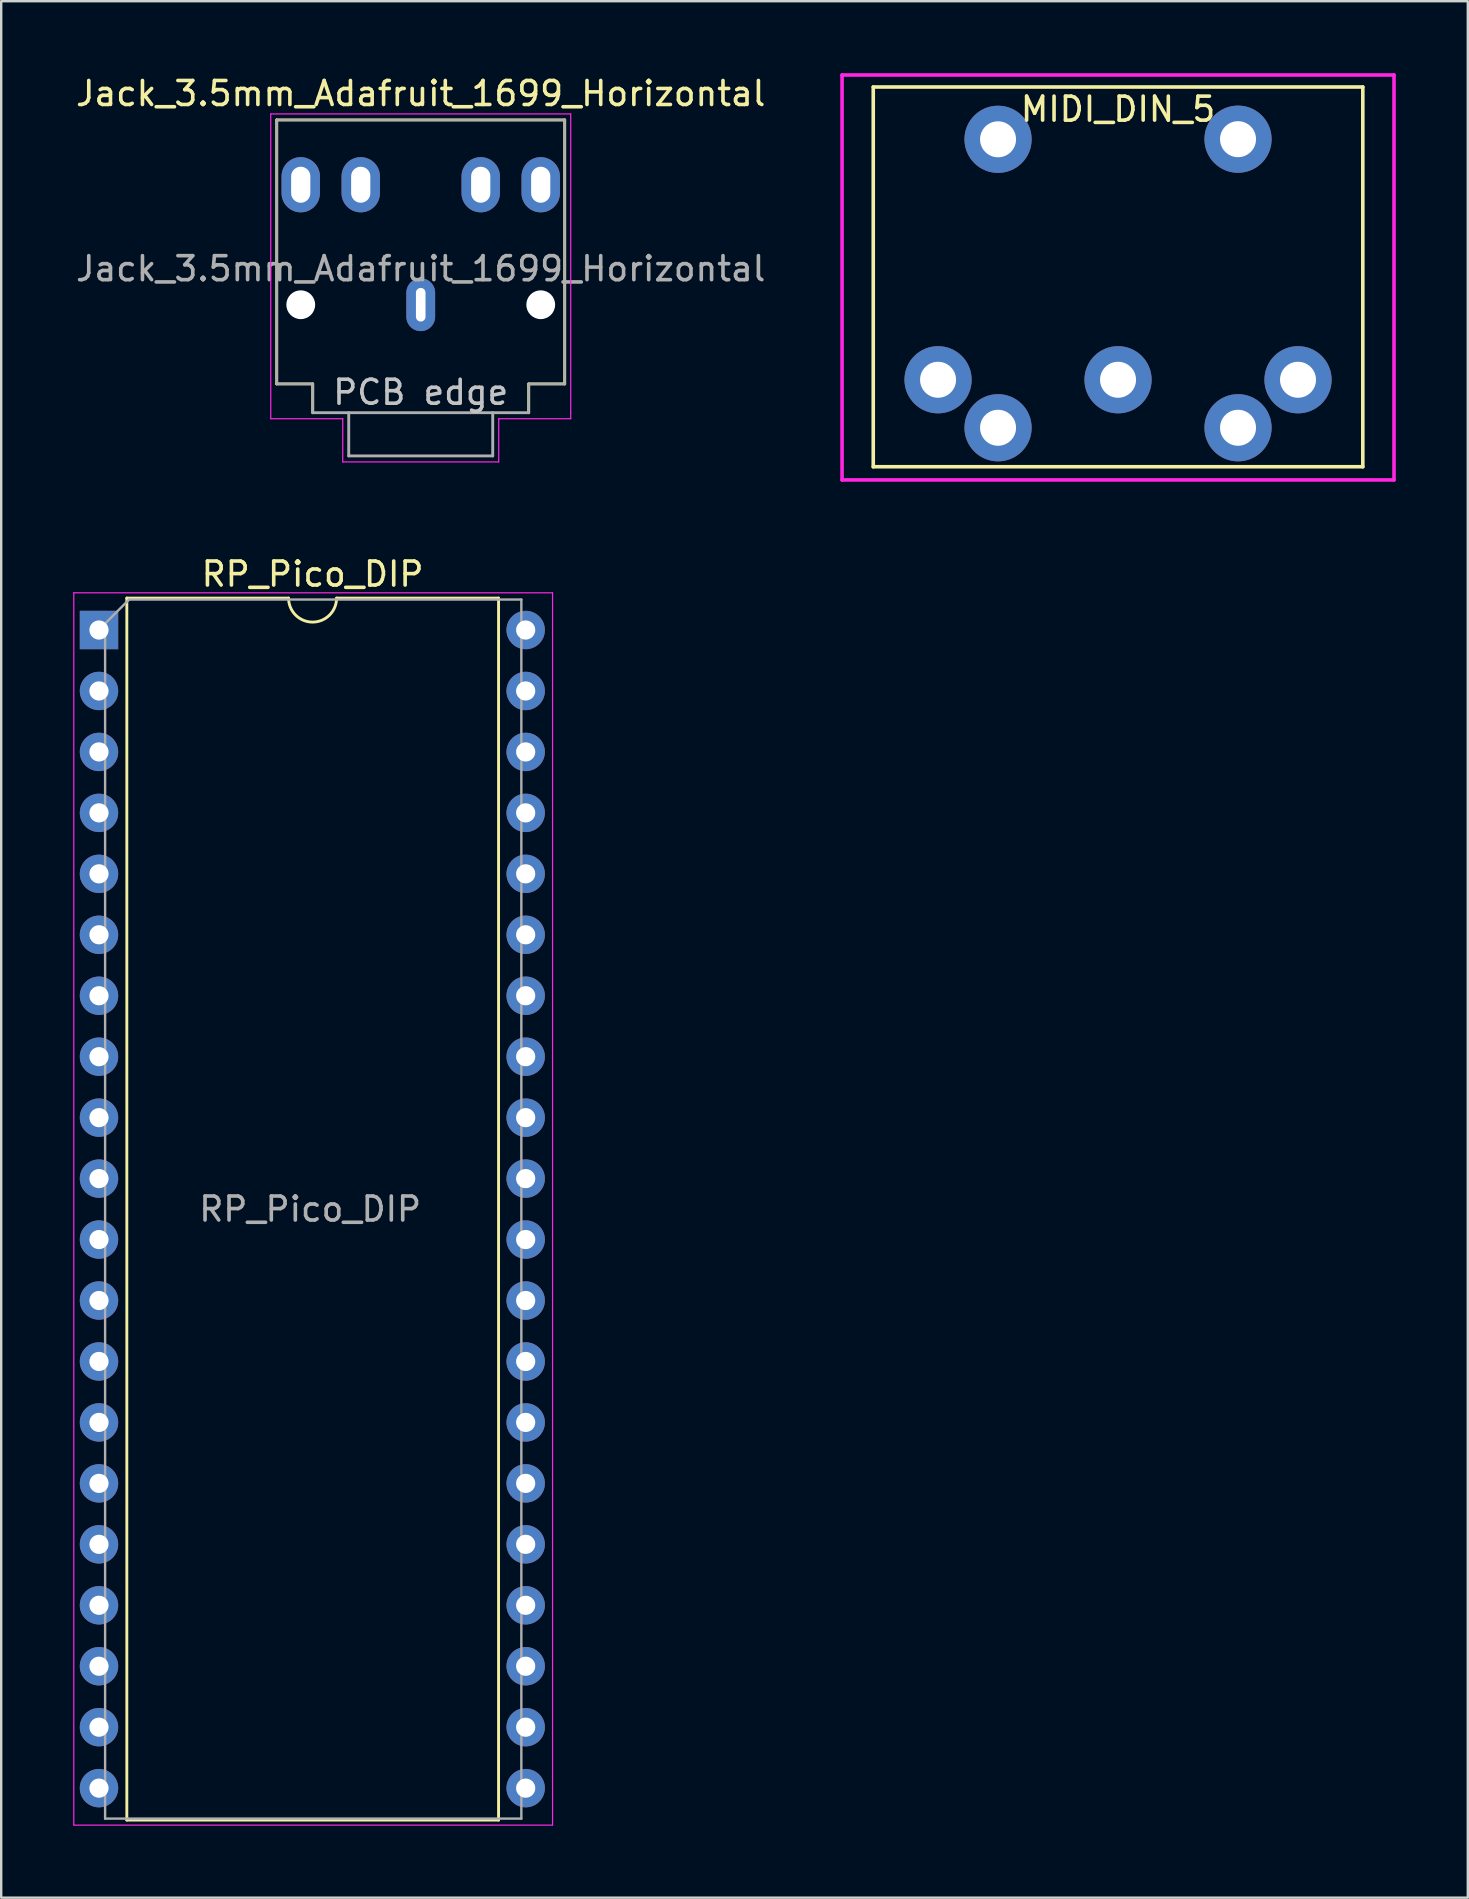
<source format=kicad_pcb>
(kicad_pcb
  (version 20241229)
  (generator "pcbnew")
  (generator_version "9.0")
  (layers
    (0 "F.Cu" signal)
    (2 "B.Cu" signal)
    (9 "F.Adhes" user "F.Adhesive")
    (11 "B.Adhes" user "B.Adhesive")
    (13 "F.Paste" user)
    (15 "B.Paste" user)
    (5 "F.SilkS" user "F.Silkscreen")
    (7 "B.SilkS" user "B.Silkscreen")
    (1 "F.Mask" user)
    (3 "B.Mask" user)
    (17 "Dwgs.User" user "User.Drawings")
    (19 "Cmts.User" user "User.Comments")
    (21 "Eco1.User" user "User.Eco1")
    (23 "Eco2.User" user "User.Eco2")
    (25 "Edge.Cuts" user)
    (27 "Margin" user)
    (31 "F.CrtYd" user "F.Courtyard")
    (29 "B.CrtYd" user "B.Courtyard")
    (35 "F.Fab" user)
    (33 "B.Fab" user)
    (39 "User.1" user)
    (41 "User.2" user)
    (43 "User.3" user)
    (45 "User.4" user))
  (footprint "MIDI_DIN_5"
    (layer "F.Cu")
    (at 43.539 0.575)
    (property "Reference" "MIDI_DIN_5" (at 0 0.925 0) (layer "F.SilkS") (effects (font (size 1 1) (thickness 0.15))))
    (attr through_hole)
    (fp_line (start -10.2 0) (end 10.2 0) (stroke (width 0.15) (type solid)) (layer "F.SilkS"))
    (fp_line (start -10.2 15.825) (end -10.2 0) (stroke (width 0.15) (type solid)) (layer "F.SilkS"))
    (fp_line (start 10.2 0) (end 10.2 15.825) (stroke (width 0.15) (type solid)) (layer "F.SilkS"))
    (fp_line (start 10.2 15.825) (end -10.2 15.825) (stroke (width 0.15) (type solid)) (layer "F.SilkS"))
    (fp_line (start -11.5 -0.5) (end -11.5 16.375) (stroke (width 0.15) (type solid)) (layer "F.CrtYd"))
    (fp_line (start -11.5 -0.5) (end 11.5 -0.5) (stroke (width 0.15) (type solid)) (layer "F.CrtYd"))
    (fp_line (start -11.5 16.375) (end 11.5 16.375) (stroke (width 0.15) (type solid)) (layer "F.CrtYd"))
    (fp_line (start 11.5 -0.5) (end 11.5 16.375) (stroke (width 0.15) (type solid)) (layer "F.CrtYd"))
    (pad "0" thru_hole circle (at -5 2.18) (size 2.8 2.8) (drill 1.5) (layers "*.Cu" "*.Mask"))
    (pad "0" thru_hole circle (at 5 2.175) (size 2.8 2.8) (drill 1.5) (layers "*.Cu" "*.Mask"))
    (pad "1" thru_hole circle (at -7.5 12.2) (size 2.8 2.8) (drill 1.5) (layers "*.Cu" "*.Mask"))
    (pad "2" thru_hole circle (at 0 12.2) (size 2.8 2.8) (drill 1.5) (layers "*.Cu" "*.Mask"))
    (pad "3" thru_hole circle (at 7.5 12.2) (size 2.8 2.8) (drill 1.5) (layers "*.Cu" "*.Mask"))
    (pad "4" thru_hole circle (at -5 14.2) (size 2.8 2.8) (drill 1.5) (layers "*.Cu" "*.Mask"))
    (pad "5" thru_hole circle (at 5 14.2) (size 2.8 2.8) (drill 1.5) (layers "*.Cu" "*.Mask")))
  (footprint "Jack_3.5mm_Adafruit_1699_Horizontal"
    (layer "F.Cu")
    (at 14.482 9.648)
    (property "Reference" "Jack_3.5mm_Adafruit_1699_Horizontal" (at 0 -8.8 0) (layer "F.SilkS") (effects (font (size 1 1) (thickness 0.15))))
    (attr through_hole exclude_from_pos_files exclude_from_bom)
    (fp_line (start -6 -7.7) (end 6 -7.7) (stroke (width 0.12) (type solid)) (layer "F.SilkS"))
    (fp_line (start -6 3.3) (end -6 -7.7) (stroke (width 0.12) (type solid)) (layer "F.SilkS"))
    (fp_line (start -4.5 3.3) (end -6 3.3) (stroke (width 0.12) (type solid)) (layer "F.SilkS"))
    (fp_line (start -4.5 4.5) (end -4.5 3.3) (stroke (width 0.12) (type solid)) (layer "F.SilkS"))
    (fp_line (start 4.5 3.3) (end 4.5 4.5) (stroke (width 0.12) (type solid)) (layer "F.SilkS"))
    (fp_line (start 6 -7.7) (end 6 3.3) (stroke (width 0.12) (type solid)) (layer "F.SilkS"))
    (fp_line (start 6 3.3) (end 4.5 3.3) (stroke (width 0.12) (type solid)) (layer "F.SilkS"))
    (fp_line (start -6.25 -7.95) (end -6.25 4.75) (stroke (width 0.05) (type solid)) (layer "F.CrtYd"))
    (fp_line (start -6.25 4.75) (end -3.25 4.75) (stroke (width 0.05) (type solid)) (layer "F.CrtYd"))
    (fp_line (start -3.25 4.75) (end -3.25 6.55) (stroke (width 0.05) (type solid)) (layer "F.CrtYd"))
    (fp_line (start -3.25 6.55) (end 3.25 6.55) (stroke (width 0.05) (type solid)) (layer "F.CrtYd"))
    (fp_line (start 3.25 4.75) (end 6.25 4.75) (stroke (width 0.05) (type solid)) (layer "F.CrtYd"))
    (fp_line (start 3.25 6.55) (end 3.25 4.75) (stroke (width 0.05) (type solid)) (layer "F.CrtYd"))
    (fp_line (start 6.25 -7.95) (end -6.25 -7.95) (stroke (width 0.05) (type solid)) (layer "F.CrtYd"))
    (fp_line (start 6.25 4.5) (end 6.25 -7.95) (stroke (width 0.05) (type solid)) (layer "F.CrtYd"))
    (fp_line (start 6.25 4.75) (end 6.25 4.5) (stroke (width 0.05) (type solid)) (layer "F.CrtYd"))
    (fp_line (start -6 -7.7) (end 6 -7.7) (stroke (width 0.1) (type solid)) (layer "F.Fab"))
    (fp_line (start -6 3.3) (end -6 -7.7) (stroke (width 0.1) (type solid)) (layer "F.Fab"))
    (fp_line (start -4.5 3.3) (end -6 3.3) (stroke (width 0.1) (type solid)) (layer "F.Fab"))
    (fp_line (start -4.5 4.5) (end -4.5 3.3) (stroke (width 0.1) (type solid)) (layer "F.Fab"))
    (fp_line (start -4.5 4.5) (end 4.5 4.5) (stroke (width 0.12) (type solid)) (layer "F.Fab"))
    (fp_line (start -3 6.3) (end -3 4.5) (stroke (width 0.12) (type solid)) (layer "F.Fab"))
    (fp_line (start 3 4.5) (end 3 6.3) (stroke (width 0.12) (type solid)) (layer "F.Fab"))
    (fp_line (start 3 6.3) (end -3 6.3) (stroke (width 0.12) (type solid)) (layer "F.Fab"))
    (fp_line (start 4.5 3.3) (end 6 3.3) (stroke (width 0.1) (type solid)) (layer "F.Fab"))
    (fp_line (start 4.5 4.5) (end 4.5 3.3) (stroke (width 0.1) (type solid)) (layer "F.Fab"))
    (fp_line (start 6 3.3) (end 6 -7.7) (stroke (width 0.1) (type solid)) (layer "F.Fab"))
    (fp_text user "PCB edge" (at 0 3.65 0) (unlocked yes) (layer "Dwgs.User") (effects (font (size 1 1) (thickness 0.15))))
    (fp_text user "${REFERENCE}" (at 0 -1.5 0) (layer "F.Fab") (effects (font (size 1 1) (thickness 0.15))))
    (pad "" np_thru_hole circle (at -5 0) (size 1.2 1.2) (drill 1.2) (layers "*.Cu" "*.Mask"))
    (pad "" np_thru_hole circle (at 5 0) (size 1.2 1.2) (drill 1.2) (layers "*.Cu" "*.Mask"))
    (pad "R" thru_hole oval (at -5 -5) (size 1.6 2.3) (drill oval 0.8 1.5) (layers "*.Cu" "*.Mask"))
    (pad "RN" thru_hole oval (at -2.5 -5) (size 1.6 2.3) (drill oval 0.8 1.5) (layers "*.Cu" "*.Mask"))
    (pad "S" thru_hole oval (at 0 0 90) (size 2.2 1.2) (drill oval 1.4 0.4) (layers "*.Cu" "*.Mask"))
    (pad "T" thru_hole oval (at 5 -5 180) (size 1.6 2.3) (drill oval 0.8 1.5) (layers "*.Cu" "*.Mask"))
    (pad "TN" thru_hole oval (at 2.5 -5 180) (size 1.6 2.3) (drill oval 0.8 1.5) (layers "*.Cu" "*.Mask")))
  (footprint "RP_Pico_DIP"
    (layer "F.Cu")
    (at 1.075 23.203)
    (property "Reference" "RP_Pico_DIP" (at 8.9 -2.33 0) (layer "F.SilkS") (effects (font (size 1 1) (thickness 0.15))))
    (attr through_hole)
    (fp_line (start 1.16 -1.33) (end 1.16 49.59) (stroke (width 0.12) (type solid)) (layer "F.SilkS"))
    (fp_line (start 1.16 49.59) (end 16.65 49.59) (stroke (width 0.12) (type solid)) (layer "F.SilkS"))
    (fp_line (start 7.9 -1.33) (end 1.16 -1.33) (stroke (width 0.12) (type solid)) (layer "F.SilkS"))
    (fp_line (start 16.65 -1.33) (end 9.9 -1.33) (stroke (width 0.12) (type solid)) (layer "F.SilkS"))
    (fp_line (start 16.65 49.59) (end 16.65 -1.33) (stroke (width 0.12) (type solid)) (layer "F.SilkS"))
    (fp_arc (start 9.9 -1.33) (mid 8.9 -0.33) (end 7.9 -1.33) (stroke (width 0.12) (type solid)) (layer "F.SilkS"))
    (fp_line (start -1.05 -1.55) (end -1.05 49.8) (stroke (width 0.05) (type solid)) (layer "F.CrtYd"))
    (fp_line (start -1.05 49.8) (end 18.9 49.8) (stroke (width 0.05) (type solid)) (layer "F.CrtYd"))
    (fp_line (start 18.9 -1.55) (end -1.05 -1.55) (stroke (width 0.05) (type solid)) (layer "F.CrtYd"))
    (fp_line (start 18.9 49.8) (end 18.9 -1.55) (stroke (width 0.05) (type solid)) (layer "F.CrtYd"))
    (fp_line (start 0.255 -0.27) (end 1.255 -1.27) (stroke (width 0.1) (type solid)) (layer "F.Fab"))
    (fp_line (start 0.255 49.53) (end 0.255 -0.27) (stroke (width 0.1) (type solid)) (layer "F.Fab"))
    (fp_line (start 1.255 -1.27) (end 17.6 -1.27) (stroke (width 0.1) (type solid)) (layer "F.Fab"))
    (fp_line (start 17.6 -1.27) (end 17.6 49.53) (stroke (width 0.1) (type solid)) (layer "F.Fab"))
    (fp_line (start 17.6 49.53) (end 0.255 49.53) (stroke (width 0.1) (type solid)) (layer "F.Fab"))
    (fp_text user "${REFERENCE}" (at 8.8 24.13 0) (layer "F.Fab") (effects (font (size 1 1) (thickness 0.15))))
    (pad "1" thru_hole rect (at 0 0) (size 1.6 1.6) (drill 0.8) (layers "*.Cu" "*.Mask"))
    (pad "2" thru_hole oval (at 0 2.54) (size 1.6 1.6) (drill 0.8) (layers "*.Cu" "*.Mask"))
    (pad "3" thru_hole oval (at 0 5.08) (size 1.6 1.6) (drill 0.8) (layers "*.Cu" "*.Mask"))
    (pad "4" thru_hole oval (at 0 7.62) (size 1.6 1.6) (drill 0.8) (layers "*.Cu" "*.Mask"))
    (pad "5" thru_hole oval (at 0 10.16) (size 1.6 1.6) (drill 0.8) (layers "*.Cu" "*.Mask"))
    (pad "6" thru_hole oval (at 0 12.7) (size 1.6 1.6) (drill 0.8) (layers "*.Cu" "*.Mask"))
    (pad "7" thru_hole oval (at 0 15.24) (size 1.6 1.6) (drill 0.8) (layers "*.Cu" "*.Mask"))
    (pad "8" thru_hole oval (at 0 17.78) (size 1.6 1.6) (drill 0.8) (layers "*.Cu" "*.Mask"))
    (pad "9" thru_hole oval (at 0 20.32) (size 1.6 1.6) (drill 0.8) (layers "*.Cu" "*.Mask"))
    (pad "10" thru_hole oval (at 0 22.86) (size 1.6 1.6) (drill 0.8) (layers "*.Cu" "*.Mask"))
    (pad "11" thru_hole oval (at 0 25.4) (size 1.6 1.6) (drill 0.8) (layers "*.Cu" "*.Mask"))
    (pad "12" thru_hole oval (at 0 27.94) (size 1.6 1.6) (drill 0.8) (layers "*.Cu" "*.Mask"))
    (pad "13" thru_hole oval (at 0 30.48) (size 1.6 1.6) (drill 0.8) (layers "*.Cu" "*.Mask"))
    (pad "14" thru_hole oval (at 0 33.02) (size 1.6 1.6) (drill 0.8) (layers "*.Cu" "*.Mask"))
    (pad "15" thru_hole oval (at 0 35.56) (size 1.6 1.6) (drill 0.8) (layers "*.Cu" "*.Mask"))
    (pad "16" thru_hole oval (at 0 38.1) (size 1.6 1.6) (drill 0.8) (layers "*.Cu" "*.Mask"))
    (pad "17" thru_hole oval (at 0 40.64) (size 1.6 1.6) (drill 0.8) (layers "*.Cu" "*.Mask"))
    (pad "18" thru_hole oval (at 0 43.18) (size 1.6 1.6) (drill 0.8) (layers "*.Cu" "*.Mask"))
    (pad "19" thru_hole oval (at 0 45.72) (size 1.6 1.6) (drill 0.8) (layers "*.Cu" "*.Mask"))
    (pad "20" thru_hole oval (at 0 48.26) (size 1.6 1.6) (drill 0.8) (layers "*.Cu" "*.Mask"))
    (pad "21" thru_hole oval (at 17.78 48.26) (size 1.6 1.6) (drill 0.8) (layers "*.Cu" "*.Mask"))
    (pad "22" thru_hole oval (at 17.78 45.72) (size 1.6 1.6) (drill 0.8) (layers "*.Cu" "*.Mask"))
    (pad "23" thru_hole oval (at 17.78 43.18) (size 1.6 1.6) (drill 0.8) (layers "*.Cu" "*.Mask"))
    (pad "24" thru_hole oval (at 17.78 40.64) (size 1.6 1.6) (drill 0.8) (layers "*.Cu" "*.Mask"))
    (pad "25" thru_hole oval (at 17.78 38.1) (size 1.6 1.6) (drill 0.8) (layers "*.Cu" "*.Mask"))
    (pad "26" thru_hole oval (at 17.78 35.56) (size 1.6 1.6) (drill 0.8) (layers "*.Cu" "*.Mask"))
    (pad "27" thru_hole oval (at 17.78 33.02) (size 1.6 1.6) (drill 0.8) (layers "*.Cu" "*.Mask"))
    (pad "28" thru_hole oval (at 17.78 30.48) (size 1.6 1.6) (drill 0.8) (layers "*.Cu" "*.Mask"))
    (pad "29" thru_hole oval (at 17.78 27.94) (size 1.6 1.6) (drill 0.8) (layers "*.Cu" "*.Mask"))
    (pad "30" thru_hole oval (at 17.78 25.4) (size 1.6 1.6) (drill 0.8) (layers "*.Cu" "*.Mask"))
    (pad "31" thru_hole oval (at 17.78 22.86) (size 1.6 1.6) (drill 0.8) (layers "*.Cu" "*.Mask"))
    (pad "32" thru_hole oval (at 17.78 20.32) (size 1.6 1.6) (drill 0.8) (layers "*.Cu" "*.Mask"))
    (pad "33" thru_hole oval (at 17.78 17.78) (size 1.6 1.6) (drill 0.8) (layers "*.Cu" "*.Mask"))
    (pad "34" thru_hole oval (at 17.78 15.24) (size 1.6 1.6) (drill 0.8) (layers "*.Cu" "*.Mask"))
    (pad "35" thru_hole oval (at 17.78 12.7) (size 1.6 1.6) (drill 0.8) (layers "*.Cu" "*.Mask"))
    (pad "36" thru_hole oval (at 17.78 10.16) (size 1.6 1.6) (drill 0.8) (layers "*.Cu" "*.Mask"))
    (pad "37" thru_hole oval (at 17.78 7.62) (size 1.6 1.6) (drill 0.8) (layers "*.Cu" "*.Mask"))
    (pad "38" thru_hole oval (at 17.78 5.08) (size 1.6 1.6) (drill 0.8) (layers "*.Cu" "*.Mask"))
    (pad "39" thru_hole oval (at 17.78 2.54) (size 1.6 1.6) (drill 0.8) (layers "*.Cu" "*.Mask"))
    (pad "40" thru_hole oval (at 17.78 0) (size 1.6 1.6) (drill 0.8) (layers "*.Cu" "*.Mask")))
  (gr_rect
    (start -3 -3)
    (end 58.114 76.028)
    (stroke (width 0.1) (type default))
    (fill no)
    (layer "Edge.Cuts")))
</source>
